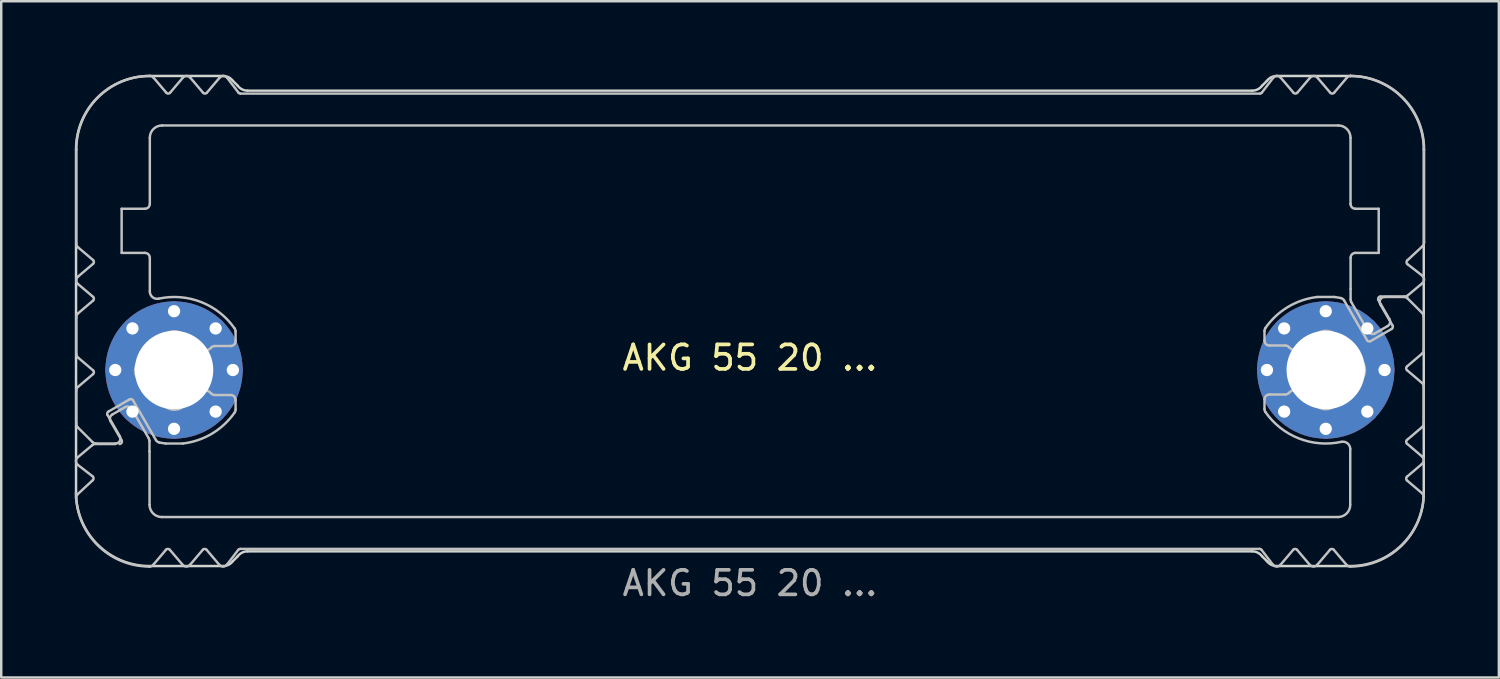
<source format=kicad_pcb>
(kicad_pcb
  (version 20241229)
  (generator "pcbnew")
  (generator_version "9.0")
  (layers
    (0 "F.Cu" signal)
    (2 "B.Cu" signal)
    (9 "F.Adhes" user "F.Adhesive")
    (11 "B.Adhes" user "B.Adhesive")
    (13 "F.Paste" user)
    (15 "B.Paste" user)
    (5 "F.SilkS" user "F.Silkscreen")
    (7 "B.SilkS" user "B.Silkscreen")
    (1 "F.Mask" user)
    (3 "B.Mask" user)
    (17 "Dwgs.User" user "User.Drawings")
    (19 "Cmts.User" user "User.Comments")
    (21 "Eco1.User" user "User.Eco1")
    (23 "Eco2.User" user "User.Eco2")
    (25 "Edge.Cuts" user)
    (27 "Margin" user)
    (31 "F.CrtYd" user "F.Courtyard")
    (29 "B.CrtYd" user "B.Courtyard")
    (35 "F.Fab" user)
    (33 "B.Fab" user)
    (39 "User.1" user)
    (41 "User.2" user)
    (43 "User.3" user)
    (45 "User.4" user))
  (footprint "AKG 55 20 ..."
    (layer "F.Cu")
    (at 27.553 12.05)
    (property "Reference" "AKG 55 20 ..." (at 0 -0.5 0) (unlocked yes) (layer "F.SilkS") (effects (font (size 1 1) (thickness 0.15))))
    (attr exclude_from_pos_files dnp)
    (fp_poly (pts (xy -24.546 6.7) (xy -24.546 3) (xy -25 3) (xy -26.646 3) (xy -27.446 3.7) (xy -26.646 4.4) (xy -27.446 5.1) (xy -27.446 8) (xy -24.546 8)) (stroke (width 0.1) (type solid)) (fill yes) (layer "B.Mask"))
    (fp_poly (pts (xy -20.9 -11.3) (xy 4 -11.3) (xy 4 -10) (xy -24.5 -10) (xy -24.5 -12) (xy -23.8 -11.2) (xy -23.05 -12) (xy -22.3 -11.2) (xy -21.55 -12)) (stroke (width 0.1) (type solid)) (fill yes) (layer "B.Mask"))
    (fp_poly (pts (xy -20.846 7.3) (xy 0.054 7.3) (xy 0.054 6) (xy -24.446 6) (xy -24.446 8) (xy -23.746 7.2) (xy -22.996 8) (xy -22.246 7.2) (xy -21.496 8)) (stroke (width 0.1) (type solid)) (fill yes) (layer "B.Mask"))
    (fp_poly (pts (xy 20.854 -11.3) (xy 3.954 -11.3) (xy 3.954 -10) (xy 24.454 -10) (xy 24.454 -12) (xy 23.754 -11.2) (xy 23.004 -12) (xy 22.254 -11.2) (xy 21.504 -12)) (stroke (width 0.1) (type solid)) (fill yes) (layer "B.Mask"))
    (fp_poly (pts (xy 20.854 7.3) (xy -0.046 7.3) (xy -0.046 6) (xy 24.454 6) (xy 24.454 8) (xy 23.754 7.2) (xy 23.004 8) (xy 22.254 7.2) (xy 21.504 8)) (stroke (width 0.1) (type solid)) (fill yes) (layer "B.Mask"))
    (fp_poly (pts (xy 24.554 -6.7) (xy 25.654 -6.7) (xy 25.654 -4.7) (xy 24.554 -4.7) (xy 24.5 -3) (xy 26.654 -3) (xy 27.454 -3.7) (xy 26.654 -4.4) (xy 27.454 -5.1) (xy 27.454 -12) (xy 24.554 -12)) (stroke (width 0.1) (type solid)) (fill yes) (layer "B.Mask"))
    (fp_poly (pts (xy 24.554 6.7) (xy 24.554 4.7) (xy 24.554 -3) (xy 26.654 -3) (xy 27.5 -2.3) (xy 27.5 -0.8) (xy 26.654 -0.1) (xy 27.454 0.6) (xy 27.454 2.2) (xy 26.554 2.9) (xy 27.454 3.7) (xy 26.654 4.4) (xy 27.454 5.1) (xy 27.454 8) (xy 24.554 8)) (stroke (width 0.1) (type solid)) (fill yes) (layer "B.Mask"))
    (fp_poly (pts (xy -24.546 -6.7) (xy -25.646 -6.7) (xy -25.646 -4.7) (xy -24.546 -4.7) (xy -24.546 3) (xy -26.8 3) (xy -27.5 2.3) (xy -27.5 0.8) (xy -26.646 0.1) (xy -27.446 -0.6) (xy -27.446 -2.2) (xy -26.546 -2.9) (xy -27.446 -3.7) (xy -26.646 -4.4) (xy -27.446 -5.1) (xy -27.446 -12) (xy -24.546 -12)) (stroke (width 0.1) (type solid)) (fill yes) (layer "B.Mask"))
    (fp_line (start -27.489 -0.66) (end -27.489 -2.16) (stroke (width 0.1) (type solid)) (layer "Dwgs.User"))
    (fp_line (start -27.489 2.197) (end -27.489 0.84) (stroke (width 0.1) (type solid)) (layer "Dwgs.User"))
    (fp_line (start -27.489 -5.171) (end -27.489 -9) (stroke (width 0.1) (type solid)) (layer "Dwgs.User"))
    (fp_line (start -27.439 5.073) (end -26.815 4.493) (stroke (width 0.1) (type solid)) (layer "Dwgs.User"))
    (fp_line (start -27.433 3.563) (end -26.839 3.067) (stroke (width 0.1) (type solid)) (layer "Dwgs.User"))
    (fp_line (start -27.419 -3.812) (end -26.805 -4.334) (stroke (width 0.1) (type solid)) (layer "Dwgs.User"))
    (fp_line (start -27.419 -2.312) (end -26.805 -2.834) (stroke (width 0.1) (type solid)) (layer "Dwgs.User"))
    (fp_line (start -27.419 0.688) (end -26.805 0.166) (stroke (width 0.1) (type solid)) (layer "Dwgs.User"))
    (fp_line (start -26.828 2.941) (end -27.431 2.339) (stroke (width 0.1) (type solid)) (layer "Dwgs.User"))
    (fp_line (start -26.822 4.341) (end -27.425 3.873) (stroke (width 0.1) (type solid)) (layer "Dwgs.User"))
    (fp_line (start -26.805 -4.486) (end -27.419 -5.008) (stroke (width 0.1) (type solid)) (layer "Dwgs.User"))
    (fp_line (start -26.805 -2.986) (end -27.419 -3.508) (stroke (width 0.1) (type solid)) (layer "Dwgs.User"))
    (fp_line (start -26.805 0.014) (end -27.419 -0.508) (stroke (width 0.1) (type solid)) (layer "Dwgs.User"))
    (fp_line (start -26.216 1.834) (end -25.716 2.7) (stroke (width 0.1) (type solid)) (layer "Dwgs.User"))
    (fp_line (start -26.018 1.815) (end -25.683 1.622) (stroke (width 0.1) (type solid)) (layer "Dwgs.User"))
    (fp_line (start -25.889 3) (end -26.686 3) (stroke (width 0.1) (type solid)) (layer "Dwgs.User"))
    (fp_line (start -25.889 3.02) (end -26.686 3.02) (stroke (width 0.1) (type solid)) (layer "Dwgs.User"))
    (fp_line (start -25.683 1.622) (end -25.499 1.515) (stroke (width 0.1) (type solid)) (layer "Dwgs.User"))
    (fp_line (start -25.64 2.87) (end -26.092 2.088) (stroke (width 0.1) (type solid)) (layer "Dwgs.User"))
    (fp_line (start -25.639 -6.58) (end -25.639 -4.78) (stroke (width 0.1) (type solid)) (layer "Dwgs.User"))
    (fp_line (start -25.639 -4.78) (end -24.689 -4.78) (stroke (width 0.1) (type solid)) (layer "Dwgs.User"))
    (fp_line (start -25.313 1.197) (end -26.179 1.697) (stroke (width 0.1) (type solid)) (layer "Dwgs.User"))
    (fp_line (start -25.225 1.588) (end -24.53 2.793) (stroke (width 0.1) (type solid)) (layer "Dwgs.User"))
    (fp_line (start -24.689 -6.58) (end -25.639 -6.58) (stroke (width 0.1) (type solid)) (layer "Dwgs.User"))
    (fp_line (start -24.503 2.893) (end -24.503 3.32) (stroke (width 0.1) (type solid)) (layer "Dwgs.User"))
    (fp_line (start -24.502 8.02) (end -24.502 8.02) (stroke (width 0.1) (type solid)) (layer "Dwgs.User"))
    (fp_line (start -24.501 8.02) (end -24.502 8.02) (stroke (width 0.1) (type solid)) (layer "Dwgs.User"))
    (fp_line (start -24.5 3.32) (end -24.5 5.5) (stroke (width 0.1) (type solid)) (layer "Dwgs.User"))
    (fp_line (start -24.489 -9.48) (end -24.489 -6.78) (stroke (width 0.1) (type solid)) (layer "Dwgs.User"))
    (fp_line (start -24.489 -4.58) (end -24.489 -3.205) (stroke (width 0.1) (type solid)) (layer "Dwgs.User"))
    (fp_line (start -24.336 -11.929) (end -23.815 -11.315) (stroke (width 0.1) (type solid)) (layer "Dwgs.User"))
    (fp_line (start -24.238 2.86) (end -25.177 1.234) (stroke (width 0.1) (type solid)) (layer "Dwgs.User"))
    (fp_line (start -24 6) (end 24 6) (stroke (width 0.1) (type solid)) (layer "Dwgs.User"))
    (fp_line (start -23.829 7.335) (end -24.349 7.949) (stroke (width 0.1) (type solid)) (layer "Dwgs.User"))
    (fp_line (start -23.663 -11.315) (end -23.142 -11.929) (stroke (width 0.1) (type solid)) (layer "Dwgs.User"))
    (fp_line (start -23.164 7.934) (end -23.674 7.335) (stroke (width 0.1) (type solid)) (layer "Dwgs.User"))
    (fp_line (start -23.143 3) (end -23.835 3) (stroke (width 0.1) (type solid)) (layer "Dwgs.User"))
    (fp_line (start -22.837 -11.929) (end -22.315 -11.315) (stroke (width 0.1) (type solid)) (layer "Dwgs.User"))
    (fp_line (start -22.326 7.335) (end -22.848 7.949) (stroke (width 0.1) (type solid)) (layer "Dwgs.User"))
    (fp_line (start -22.163 -11.315) (end -21.642 -11.929) (stroke (width 0.1) (type solid)) (layer "Dwgs.User"))
    (fp_line (start -21.838 1.02) (end -21.189 1.02) (stroke (width 0.1) (type solid)) (layer "Dwgs.User"))
    (fp_line (start -21.653 7.949) (end -22.174 7.335) (stroke (width 0.1) (type solid)) (layer "Dwgs.User"))
    (fp_line (start -21.33 -11.922) (end -20.869 -11.319) (stroke (width 0.1) (type solid)) (layer "Dwgs.User"))
    (fp_line (start -21.189 -0.98) (end -21.838 -0.98) (stroke (width 0.1) (type solid)) (layer "Dwgs.User"))
    (fp_line (start -20.989 -1.577) (end -20.989 -1.18) (stroke (width 0.1) (type solid)) (layer "Dwgs.User"))
    (fp_line (start -20.989 1.22) (end -20.989 1.617) (stroke (width 0.1) (type solid)) (layer "Dwgs.User"))
    (fp_line (start -20.879 7.339) (end -21.341 7.942) (stroke (width 0.1) (type solid)) (layer "Dwgs.User"))
    (fp_line (start -20.789 -11.28) (end 20.811 -11.28) (stroke (width 0.1) (type solid)) (layer "Dwgs.User"))
    (fp_line (start 20.8 7.3) (end -20.8 7.3) (stroke (width 0.1) (type solid)) (layer "Dwgs.User"))
    (fp_line (start 20.89 -11.319) (end 21.352 -11.922) (stroke (width 0.1) (type solid)) (layer "Dwgs.User"))
    (fp_line (start 21 -1.2) (end 21 -1.597) (stroke (width 0.1) (type solid)) (layer "Dwgs.User"))
    (fp_line (start 21 1.597) (end 21 1.2) (stroke (width 0.1) (type solid)) (layer "Dwgs.User"))
    (fp_line (start 21.2 1) (end 21.849 1) (stroke (width 0.1) (type solid)) (layer "Dwgs.User"))
    (fp_line (start 21.341 7.942) (end 20.879 7.339) (stroke (width 0.1) (type solid)) (layer "Dwgs.User"))
    (fp_line (start 21.663 -11.929) (end 22.185 -11.315) (stroke (width 0.1) (type solid)) (layer "Dwgs.User"))
    (fp_line (start 21.849 -1) (end 21.2 -1) (stroke (width 0.1) (type solid)) (layer "Dwgs.User"))
    (fp_line (start 22.174 7.335) (end 21.652 7.949) (stroke (width 0.1) (type solid)) (layer "Dwgs.User"))
    (fp_line (start 22.337 -11.315) (end 22.858 -11.929) (stroke (width 0.1) (type solid)) (layer "Dwgs.User"))
    (fp_line (start 22.847 7.949) (end 22.326 7.335) (stroke (width 0.1) (type solid)) (layer "Dwgs.User"))
    (fp_line (start 23.154 -2.98) (end 23.846 -2.98) (stroke (width 0.1) (type solid)) (layer "Dwgs.User"))
    (fp_line (start 23.175 -11.914) (end 23.685 -11.315) (stroke (width 0.1) (type solid)) (layer "Dwgs.User"))
    (fp_line (start 23.674 7.335) (end 23.152 7.949) (stroke (width 0.1) (type solid)) (layer "Dwgs.User"))
    (fp_line (start 23.84 -11.315) (end 24.36 -11.929) (stroke (width 0.1) (type solid)) (layer "Dwgs.User"))
    (fp_line (start 24.011 -9.98) (end -23.989 -9.98) (stroke (width 0.1) (type solid)) (layer "Dwgs.User"))
    (fp_line (start 24.249 -2.84) (end 25.188 -1.214) (stroke (width 0.1) (type solid)) (layer "Dwgs.User"))
    (fp_line (start 24.346 7.949) (end 23.826 7.335) (stroke (width 0.1) (type solid)) (layer "Dwgs.User"))
    (fp_line (start 24.499 5.476) (end 24.5 3.225) (stroke (width 0.1) (type solid)) (layer "Dwgs.User"))
    (fp_line (start 24.511 -6.78) (end 24.511 -9.48) (stroke (width 0.1) (type solid)) (layer "Dwgs.User"))
    (fp_line (start 24.512 -12) (end 24.512 -12) (stroke (width 0.1) (type solid)) (layer "Dwgs.User"))
    (fp_line (start 24.512 -12) (end 24.513 -12) (stroke (width 0.1) (type solid)) (layer "Dwgs.User"))
    (fp_line (start 24.514 -3.305) (end 24.514 -4.58) (stroke (width 0.1) (type solid)) (layer "Dwgs.User"))
    (fp_line (start 24.514 -2.873) (end 24.514 -3.3) (stroke (width 0.1) (type solid)) (layer "Dwgs.User"))
    (fp_line (start 24.714 -4.78) (end 25.661 -4.78) (stroke (width 0.1) (type solid)) (layer "Dwgs.User"))
    (fp_line (start 25.236 -1.568) (end 24.541 -2.773) (stroke (width 0.1) (type solid)) (layer "Dwgs.User"))
    (fp_line (start 25.324 -1.177) (end 26.19 -1.677) (stroke (width 0.1) (type solid)) (layer "Dwgs.User"))
    (fp_line (start 25.651 -2.85) (end 26.102 -2.068) (stroke (width 0.1) (type solid)) (layer "Dwgs.User"))
    (fp_line (start 25.661 -6.58) (end 24.711 -6.58) (stroke (width 0.1) (type solid)) (layer "Dwgs.User"))
    (fp_line (start 25.661 -4.78) (end 25.661 -6.58) (stroke (width 0.1) (type solid)) (layer "Dwgs.User"))
    (fp_line (start 25.694 -1.602) (end 25.509 -1.495) (stroke (width 0.1) (type solid)) (layer "Dwgs.User"))
    (fp_line (start 25.9 -2.98) (end 26.697 -2.98) (stroke (width 0.1) (type solid)) (layer "Dwgs.User"))
    (fp_line (start 26.029 -1.795) (end 25.694 -1.602) (stroke (width 0.1) (type solid)) (layer "Dwgs.User"))
    (fp_line (start 26.227 -1.814) (end 25.727 -2.68) (stroke (width 0.1) (type solid)) (layer "Dwgs.User"))
    (fp_line (start 26.721 -3) (end 25.738 -3) (stroke (width 0.1) (type solid)) (layer "Dwgs.User"))
    (fp_line (start 26.815 0.006) (end 27.429 0.528) (stroke (width 0.1) (type solid)) (layer "Dwgs.User"))
    (fp_line (start 26.815 3.006) (end 27.429 3.528) (stroke (width 0.1) (type solid)) (layer "Dwgs.User"))
    (fp_line (start 26.815 4.506) (end 27.429 5.028) (stroke (width 0.1) (type solid)) (layer "Dwgs.User"))
    (fp_line (start 26.832 -4.321) (end 27.436 -3.853) (stroke (width 0.1) (type solid)) (layer "Dwgs.User"))
    (fp_line (start 26.839 -2.921) (end 27.441 -2.319) (stroke (width 0.1) (type solid)) (layer "Dwgs.User"))
    (fp_line (start 27.429 -0.668) (end 26.815 -0.146) (stroke (width 0.1) (type solid)) (layer "Dwgs.User"))
    (fp_line (start 27.429 2.332) (end 26.815 2.854) (stroke (width 0.1) (type solid)) (layer "Dwgs.User"))
    (fp_line (start 27.429 3.832) (end 26.815 4.354) (stroke (width 0.1) (type solid)) (layer "Dwgs.User"))
    (fp_line (start 27.443 -3.543) (end 26.849 -3.047) (stroke (width 0.1) (type solid)) (layer "Dwgs.User"))
    (fp_line (start 27.45 -5.053) (end 26.826 -4.473) (stroke (width 0.1) (type solid)) (layer "Dwgs.User"))
    (fp_line (start 27.5 -2.177) (end 27.5 -0.82) (stroke (width 0.1) (type solid)) (layer "Dwgs.User"))
    (fp_line (start 27.5 0.68) (end 27.5 2.18) (stroke (width 0.1) (type solid)) (layer "Dwgs.User"))
    (fp_line (start 27.513 -9) (end 27.513 -5.215) (stroke (width 0.1) (type solid)) (layer "Dwgs.User"))
    (fp_arc (start -27.502425 5.234526) (mid -27.489204 5.146541) (end -27.439097 5.07302) (stroke (width 0.1) (type solid)) (layer "Dwgs.User"))
    (fp_arc (start -27.48919 -2.16003) (mid -27.470691 -2.24403) (end -27.418628 -2.312496) (stroke (width 0.1) (type solid)) (layer "Dwgs.User"))
    (fp_arc (start -27.48919 0.83997) (mid -27.470691 0.75597) (end -27.418628 0.687504) (stroke (width 0.1) (type solid)) (layer "Dwgs.User"))
    (fp_arc (start -27.488629 -9.00003) (mid -26.609776 -11.121528) (end -24.488132 -12.00003) (stroke (width 0.1) (type solid)) (layer "Dwgs.User"))
    (fp_arc (start -27.430611 2.338548) (mid -27.473952 2.273658) (end -27.48919 2.197127) (stroke (width 0.1) (type solid)) (layer "Dwgs.User"))
    (fp_arc (start -27.425493 3.873089) (mid -27.502931 3.719568) (end -27.432586 3.562671) (stroke (width 0.1) (type solid)) (layer "Dwgs.User"))
    (fp_arc (start -27.418628 -5.007564) (mid -27.473021 -5.081251) (end -27.488863 -5.171459) (stroke (width 0.1) (type solid)) (layer "Dwgs.User"))
    (fp_arc (start -27.418628 -3.507564) (mid -27.489188 -3.66003) (end -27.418628 -3.812496) (stroke (width 0.1) (type solid)) (layer "Dwgs.User"))
    (fp_arc (start -27.418628 -0.507564) (mid -27.470694 -0.576029) (end -27.48919 -0.66003) (stroke (width 0.1) (type solid)) (layer "Dwgs.User"))
    (fp_arc (start -26.838662 3.066511) (mid -26.778642 3.031976) (end -26.710439 3.02) (stroke (width 0.1) (type solid)) (layer "Dwgs.User"))
    (fp_arc (start -26.821733 4.340955) (mid -26.783082 4.415538) (end -26.814931 4.493269) (stroke (width 0.1) (type solid)) (layer "Dwgs.User"))
    (fp_arc (start -26.804583 -4.486263) (mid -26.769295 -4.41003) (end -26.804583 -4.333797) (stroke (width 0.1) (type solid)) (layer "Dwgs.User"))
    (fp_arc (start -26.804583 -2.986263) (mid -26.769295 -2.91003) (end -26.804583 -2.833797) (stroke (width 0.1) (type solid)) (layer "Dwgs.User"))
    (fp_arc (start -26.804583 0.013737) (mid -26.769295 0.08997) (end -26.804583 0.166203) (stroke (width 0.1) (type solid)) (layer "Dwgs.User"))
    (fp_arc (start -26.686347 2.99997) (mid -26.762877 2.984729) (end -26.827769 2.941391) (stroke (width 0.1) (type solid)) (layer "Dwgs.User"))
    (fp_arc (start -26.215985 1.833944) (mid -26.225952 1.758068) (end -26.179382 1.697342) (stroke (width 0.1) (type solid)) (layer "Dwgs.User"))
    (fp_arc (start -26.091508 2.088373) (mid -26.111462 1.936616) (end -26.018303 1.815168) (stroke (width 0.1) (type solid)) (layer "Dwgs.User"))
    (fp_arc (start -25.715985 2.69997) (mid -25.715978 2.899974) (end -25.88919 2.99997) (stroke (width 0.1) (type solid)) (layer "Dwgs.User"))
    (fp_arc (start -25.640235 2.87) (mid -25.640227 2.970005) (end -25.726838 3.02) (stroke (width 0.1) (type solid)) (layer "Dwgs.User"))
    (fp_arc (start -25.498688 1.515168) (mid -25.346926 1.495196) (end -25.225483 1.588373) (stroke (width 0.1) (type solid)) (layer "Dwgs.User"))
    (fp_arc (start -25.313357 1.197342) (mid -25.237484 1.187387) (end -25.176754 1.233944) (stroke (width 0.1) (type solid)) (layer "Dwgs.User"))
    (fp_arc (start -24.68919 -4.78003) (mid -24.547772 -4.721448) (end -24.48919 -4.58003) (stroke (width 0.1) (type solid)) (layer "Dwgs.User"))
    (fp_arc (start -24.65419 -0.556897) (mid -24.408426 -0.899266) (end -24.066057 -1.14503) (stroke (width 0.1) (type solid)) (layer "Dwgs.User"))
    (fp_arc (start -24.65419 0.596836) (mid -25.08919 0.019969) (end -24.65419 -0.556897) (stroke (width 0.1) (type solid)) (layer "Dwgs.User"))
    (fp_arc (start -24.529781 2.793363) (mid -24.509791 2.841597) (end -24.502986 2.893363) (stroke (width 0.1) (type solid)) (layer "Dwgs.User"))
    (fp_arc (start -24.501929 8.02) (mid -26.623553 7.141478) (end -27.502425 5.02) (stroke (width 0.1) (type solid)) (layer "Dwgs.User"))
    (fp_arc (start -24.48919 -9.48003) (mid -24.342738 -9.833578) (end -23.98919 -9.98003) (stroke (width 0.1) (type solid)) (layer "Dwgs.User"))
    (fp_arc (start -24.48919 -6.78003) (mid -24.547762 -6.638602) (end -24.68919 -6.58003) (stroke (width 0.1) (type solid)) (layer "Dwgs.User"))
    (fp_arc (start -24.488132 -12.00003) (mid -24.404059 -11.98147) (end -24.335563 -11.929306) (stroke (width 0.1) (type solid)) (layer "Dwgs.User"))
    (fp_arc (start -24.349186 7.949276) (mid -24.417402 8.00133) (end -24.501155 8.019999) (stroke (width 0.1) (type solid)) (layer "Dwgs.User"))
    (fp_arc (start -24.125554 -2.911761) (mid -24.377487 -2.97138) (end -24.48919 -3.204934) (stroke (width 0.1) (type solid)) (layer "Dwgs.User"))
    (fp_arc (start -24.125554 -2.911761) (mid -22.390142 -2.771458) (end -21.024904 -1.690965) (stroke (width 0.1) (type solid)) (layer "Dwgs.User"))
    (fp_arc (start -24.105732 2.955932) (mid -24.181984 2.922143) (end -24.237834 2.860201) (stroke (width 0.1) (type solid)) (layer "Dwgs.User"))
    (fp_arc (start -24.066057 -1.14503) (mid -23.48919 -1.58003) (end -22.912323 -1.14503) (stroke (width 0.1) (type solid)) (layer "Dwgs.User"))
    (fp_arc (start -24.066057 1.18497) (mid -24.40843 0.939209) (end -24.65419 0.596836) (stroke (width 0.1) (type solid)) (layer "Dwgs.User"))
    (fp_arc (start -24.000043 6) (mid -24.353571 5.853528) (end -24.500043 5.5) (stroke (width 0.1) (type solid)) (layer "Dwgs.User"))
    (fp_arc (start -23.835022 2.99997) (mid -23.970881 2.981048) (end -24.105732 2.955932) (stroke (width 0.1) (type solid)) (layer "Dwgs.User"))
    (fp_arc (start -23.829115 7.335362) (mid -23.751535 7.298294) (end -23.673879 7.335201) (stroke (width 0.1) (type solid)) (layer "Dwgs.User"))
    (fp_arc (start -23.662951 -11.315318) (mid -23.739181 -11.280019) (end -23.815417 -11.315305) (stroke (width 0.1) (type solid)) (layer "Dwgs.User"))
    (fp_arc (start -23.141667 -11.929455) (mid -22.98919 -12.000029) (end -22.836712 -11.929455) (stroke (width 0.1) (type solid)) (layer "Dwgs.User"))
    (fp_arc (start -22.912323 -1.14503) (mid -22.730199 -1.035459) (end -22.568362 -0.897677) (stroke (width 0.1) (type solid)) (layer "Dwgs.User"))
    (fp_arc (start -22.912323 1.18497) (mid -23.48919 1.61997) (end -24.066057 1.18497) (stroke (width 0.1) (type solid)) (layer "Dwgs.User"))
    (fp_arc (start -22.847565 7.949424) (mid -23.009551 8.019737) (end -23.164125 7.934355) (stroke (width 0.1) (type solid)) (layer "Dwgs.User"))
    (fp_arc (start -22.568362 0.937617) (mid -22.730203 1.075392) (end -22.912323 1.18497) (stroke (width 0.1) (type solid)) (layer "Dwgs.User"))
    (fp_arc (start -22.568362 0.937617) (mid -22.274243 0.820096) (end -21.986888 0.953303) (stroke (width 0.1) (type solid)) (layer "Dwgs.User"))
    (fp_arc (start -22.326282 7.335288) (mid -22.250043 7.3) (end -22.173804 7.335288) (stroke (width 0.1) (type solid)) (layer "Dwgs.User"))
    (fp_arc (start -22.162951 -11.315318) (mid -22.23919 -11.28003) (end -22.315429 -11.315318) (stroke (width 0.1) (type solid)) (layer "Dwgs.User"))
    (fp_arc (start -21.986888 -0.913364) (mid -22.274244 -0.780195) (end -22.568362 -0.897677) (stroke (width 0.1) (type solid)) (layer "Dwgs.User"))
    (fp_arc (start -21.986888 -0.913364) (mid -21.919468 -0.962607) (end -21.837817 -0.98003) (stroke (width 0.1) (type solid)) (layer "Dwgs.User"))
    (fp_arc (start -21.837817 1.01997) (mid -21.919464 1.002537) (end -21.986888 0.953303) (stroke (width 0.1) (type solid)) (layer "Dwgs.User"))
    (fp_arc (start -21.641667 -11.929455) (mid -21.484216 -11.999958) (end -21.330466 -11.921713) (stroke (width 0.1) (type solid)) (layer "Dwgs.User"))
    (fp_arc (start -21.341319 7.941683) (mid -21.49507 8.019903) (end -21.652521 7.949424) (stroke (width 0.1) (type solid)) (layer "Dwgs.User"))
    (fp_arc (start -21.18919 1.01997) (mid -21.047772 1.078552) (end -20.98919 1.21997) (stroke (width 0.1) (type solid)) (layer "Dwgs.User"))
    (fp_arc (start -21.024904 -1.690965) (mid -20.998333 -1.636662) (end -20.98919 -1.576902) (stroke (width 0.1) (type solid)) (layer "Dwgs.User"))
    (fp_arc (start -21.024904 1.730904) (mid -21.947492 2.593529) (end -23.143358 2.99997) (stroke (width 0.1) (type solid)) (layer "Dwgs.User"))
    (fp_arc (start -20.98919 -1.18003) (mid -21.047762 -1.038602) (end -21.18919 -0.98003) (stroke (width 0.1) (type solid)) (layer "Dwgs.User"))
    (fp_arc (start -20.98919 1.616842) (mid -20.998317 1.676607) (end -21.024904 1.730904) (stroke (width 0.1) (type solid)) (layer "Dwgs.User"))
    (fp_arc (start -20.879405 7.339159) (mid -20.844298 7.310309) (end -20.800043 7.3) (stroke (width 0.1) (type solid)) (layer "Dwgs.User"))
    (fp_arc (start -20.78919 -11.28003) (mid -20.83344 -11.29035) (end -20.868552 -11.319189) (stroke (width 0.1) (type solid)) (layer "Dwgs.User"))
    (fp_arc (start 20.799957 7.3) (mid 20.844211 7.310324) (end 20.879319 7.339159) (stroke (width 0.1) (type solid)) (layer "Dwgs.User"))
    (fp_arc (start 20.890172 -11.319189) (mid 20.855062 -11.290341) (end 20.81081 -11.28003) (stroke (width 0.1) (type solid)) (layer "Dwgs.User"))
    (fp_arc (start 20.999957 -1.596872) (mid 21.009097 -1.656632) (end 21.035671 -1.710934) (stroke (width 0.1) (type solid)) (layer "Dwgs.User"))
    (fp_arc (start 20.999957 1.2) (mid 21.058514 1.058551) (end 21.199957 1) (stroke (width 0.1) (type solid)) (layer "Dwgs.User"))
    (fp_arc (start 21.035671 -1.710934) (mid 21.958248 -2.573584) (end 23.154125 -2.98) (stroke (width 0.1) (type solid)) (layer "Dwgs.User"))
    (fp_arc (start 21.035671 1.710935) (mid 21.009089 1.656634) (end 20.999957 1.596872) (stroke (width 0.1) (type solid)) (layer "Dwgs.User"))
    (fp_arc (start 21.199957 -1) (mid 21.058543 -1.058592) (end 20.999957 -1.2) (stroke (width 0.1) (type solid)) (layer "Dwgs.User"))
    (fp_arc (start 21.352086 -11.921713) (mid 21.505833 -11.999949) (end 21.663288 -11.929455) (stroke (width 0.1) (type solid)) (layer "Dwgs.User"))
    (fp_arc (start 21.652435 7.949424) (mid 21.495003 8.019876) (end 21.341233 7.941683) (stroke (width 0.1) (type solid)) (layer "Dwgs.User"))
    (fp_arc (start 21.848584 -1) (mid 21.930234 -0.982577) (end 21.997655 -0.933333) (stroke (width 0.1) (type solid)) (layer "Dwgs.User"))
    (fp_arc (start 21.997655 0.933334) (mid 21.930227 0.98255) (end 21.848584 1) (stroke (width 0.1) (type solid)) (layer "Dwgs.User"))
    (fp_arc (start 21.997655 0.933334) (mid 22.285013 0.80015) (end 22.579129 0.917647) (stroke (width 0.1) (type solid)) (layer "Dwgs.User"))
    (fp_arc (start 22.173718 7.335288) (mid 22.249957 7.3) (end 22.326196 7.335288) (stroke (width 0.1) (type solid)) (layer "Dwgs.User"))
    (fp_arc (start 22.337049 -11.315318) (mid 22.26081 -11.28003) (end 22.184571 -11.315318) (stroke (width 0.1) (type solid)) (layer "Dwgs.User"))
    (fp_arc (start 22.579129 -0.917647) (mid 22.285014 -0.800143) (end 21.997655 -0.933333) (stroke (width 0.1) (type solid)) (layer "Dwgs.User"))
    (fp_arc (start 22.579129 -0.917647) (mid 22.740968 -1.055427) (end 22.92309 -1.165) (stroke (width 0.1) (type solid)) (layer "Dwgs.User"))
    (fp_arc (start 22.858333 -11.929455) (mid 23.020316 -11.999785) (end 23.174892 -11.914385) (stroke (width 0.1) (type solid)) (layer "Dwgs.User"))
    (fp_arc (start 22.92309 -1.165) (mid 23.499957 -1.6) (end 24.076824 -1.165) (stroke (width 0.1) (type solid)) (layer "Dwgs.User"))
    (fp_arc (start 22.92309 1.165) (mid 22.740971 1.055422) (end 22.579129 0.917647) (stroke (width 0.1) (type solid)) (layer "Dwgs.User"))
    (fp_arc (start 23.152435 7.949424) (mid 22.999957 8.02) (end 22.847479 7.949424) (stroke (width 0.1) (type solid)) (layer "Dwgs.User"))
    (fp_arc (start 23.673718 7.335288) (mid 23.749965 7.299938) (end 23.826184 7.335275) (stroke (width 0.1) (type solid)) (layer "Dwgs.User"))
    (fp_arc (start 23.839882 -11.315392) (mid 23.762303 -11.278341) (end 23.684646 -11.315231) (stroke (width 0.1) (type solid)) (layer "Dwgs.User"))
    (fp_arc (start 23.845789 -2.98) (mid 23.981648 -2.961076) (end 24.116499 -2.935962) (stroke (width 0.1) (type solid)) (layer "Dwgs.User"))
    (fp_arc (start 24.01081 -9.98003) (mid 24.364368 -9.833582) (end 24.51081 -9.48003) (stroke (width 0.1) (type solid)) (layer "Dwgs.User"))
    (fp_arc (start 24.076824 -1.165) (mid 24.419185 -0.919228) (end 24.664957 -0.576866) (stroke (width 0.1) (type solid)) (layer "Dwgs.User"))
    (fp_arc (start 24.076824 1.165) (mid 23.499957 1.6) (end 22.92309 1.165) (stroke (width 0.1) (type solid)) (layer "Dwgs.User"))
    (fp_arc (start 24.116499 -2.935962) (mid 24.192766 -2.902193) (end 24.248601 -2.840231) (stroke (width 0.1) (type solid)) (layer "Dwgs.User"))
    (fp_arc (start 24.136321 2.93173) (mid 22.400899 2.791453) (end 21.035671 1.710935) (stroke (width 0.1) (type solid)) (layer "Dwgs.User"))
    (fp_arc (start 24.136321 2.93173) (mid 24.388265 2.991331) (end 24.499957 3.224903) (stroke (width 0.1) (type solid)) (layer "Dwgs.User"))
    (fp_arc (start 24.359953 -11.929306) (mid 24.428162 -11.98138) (end 24.511922 -12.000029) (stroke (width 0.1) (type solid)) (layer "Dwgs.User"))
    (fp_arc (start 24.498899 8.02) (mid 24.414823 8.001453) (end 24.34633 7.949276) (stroke (width 0.1) (type solid)) (layer "Dwgs.User"))
    (fp_arc (start 24.499957 5.5) (mid 24.353489 5.853526) (end 23.999957 6) (stroke (width 0.1) (type solid)) (layer "Dwgs.User"))
    (fp_arc (start 24.512696 -12.00003) (mid 26.634342 -11.121531) (end 27.513192 -9.00003) (stroke (width 0.1) (type solid)) (layer "Dwgs.User"))
    (fp_arc (start 24.513753 -4.58003) (mid 24.572345 -4.721413) (end 24.713753 -4.78003) (stroke (width 0.1) (type solid)) (layer "Dwgs.User"))
    (fp_arc (start 24.540548 -2.773393) (mid 24.520561 -2.821628) (end 24.513753 -2.873393) (stroke (width 0.1) (type solid)) (layer "Dwgs.User"))
    (fp_arc (start 24.664957 -0.576866) (mid 25.099999 0) (end 24.664957 0.576867) (stroke (width 0.1) (type solid)) (layer "Dwgs.User"))
    (fp_arc (start 24.664957 0.576867) (mid 24.41919 0.919232) (end 24.076824 1.165) (stroke (width 0.1) (type solid)) (layer "Dwgs.User"))
    (fp_arc (start 24.71081 -6.58003) (mid 24.569393 -6.638607) (end 24.51081 -6.78003) (stroke (width 0.1) (type solid)) (layer "Dwgs.User"))
    (fp_arc (start 25.324124 -1.177372) (mid 25.248234 -1.16737) (end 25.187521 -1.213974) (stroke (width 0.1) (type solid)) (layer "Dwgs.User"))
    (fp_arc (start 25.509455 -1.495198) (mid 25.357708 -1.475259) (end 25.23625 -1.568403) (stroke (width 0.1) (type solid)) (layer "Dwgs.User"))
    (fp_arc (start 25.651002 -2.85003) (mid 25.651021 -2.950003) (end 25.737605 -3.00003) (stroke (width 0.1) (type solid)) (layer "Dwgs.User"))
    (fp_arc (start 25.726752 -2.68) (mid 25.726778 -2.879984) (end 25.899957 -2.98) (stroke (width 0.1) (type solid)) (layer "Dwgs.User"))
    (fp_arc (start 26.102275 -2.068403) (mid 26.122249 -1.916635) (end 26.02907 -1.795198) (stroke (width 0.1) (type solid)) (layer "Dwgs.User"))
    (fp_arc (start 26.226752 -1.813974) (mid 26.23674 -1.738088) (end 26.190149 -1.677372) (stroke (width 0.1) (type solid)) (layer "Dwgs.User"))
    (fp_arc (start 26.697114 -2.98) (mid 26.773651 -2.964775) (end 26.838536 -2.921421) (stroke (width 0.1) (type solid)) (layer "Dwgs.User"))
    (fp_arc (start 26.81535 0.006233) (mid 26.780105 -0.069989) (end 26.81535 -0.146233) (stroke (width 0.1) (type solid)) (layer "Dwgs.User"))
    (fp_arc (start 26.81535 3.006233) (mid 26.780105 2.930011) (end 26.81535 2.853767) (stroke (width 0.1) (type solid)) (layer "Dwgs.User"))
    (fp_arc (start 26.81535 4.506233) (mid 26.780105 4.430011) (end 26.81535 4.353767) (stroke (width 0.1) (type solid)) (layer "Dwgs.User"))
    (fp_arc (start 26.8325 -4.320985) (mid 26.793893 -4.395559) (end 26.825698 -4.473299) (stroke (width 0.1) (type solid)) (layer "Dwgs.User"))
    (fp_arc (start 26.849429 -3.046541) (mid 26.789406 -3.01201) (end 26.721206 -3.00003) (stroke (width 0.1) (type solid)) (layer "Dwgs.User"))
    (fp_arc (start 27.429395 0.527534) (mid 27.481459 0.596) (end 27.499957 0.68) (stroke (width 0.1) (type solid)) (layer "Dwgs.User"))
    (fp_arc (start 27.429395 3.527534) (mid 27.499997 3.680011) (end 27.429395 3.832466) (stroke (width 0.1) (type solid)) (layer "Dwgs.User"))
    (fp_arc (start 27.429395 5.027534) (mid 27.483802 5.101215) (end 27.49963 5.191429) (stroke (width 0.1) (type solid)) (layer "Dwgs.User"))
    (fp_arc (start 27.43626 -3.853119) (mid 27.513743 -3.699588) (end 27.443353 -3.542701) (stroke (width 0.1) (type solid)) (layer "Dwgs.User"))
    (fp_arc (start 27.441378 -2.318578) (mid 27.484717 -2.25369) (end 27.499957 -2.177157) (stroke (width 0.1) (type solid)) (layer "Dwgs.User"))
    (fp_arc (start 27.499396 5.02) (mid 26.620544 7.141499) (end 24.498899 8.02) (stroke (width 0.1) (type solid)) (layer "Dwgs.User"))
    (fp_arc (start 27.499957 -0.82) (mid 27.481475 -0.735987) (end 27.429395 -0.667534) (stroke (width 0.1) (type solid)) (layer "Dwgs.User"))
    (fp_arc (start 27.499957 2.18) (mid 27.481475 2.264013) (end 27.429395 2.332466) (stroke (width 0.1) (type solid)) (layer "Dwgs.User"))
    (fp_arc (start 27.513192 -5.214556) (mid 27.499916 -5.126598) (end 27.449864 -5.05305) (stroke (width 0.1) (type solid)) (layer "Dwgs.User"))
    (fp_rect (start -25.45 -6.48) (end 25.45 -4.88) (stroke (width 0.1) (type solid)) (fill no) (layer "Eco1.User"))
    (fp_line (start -27.5 -9) (end -27.5 5) (stroke (width 0.1) (type solid)) (layer "Edge.Cuts"))
    (fp_line (start -24.5 -12) (end -21.5 -12) (stroke (width 0.1) (type solid)) (layer "Edge.Cuts"))
    (fp_line (start -24.5 8) (end -21.5 8) (stroke (width 0.1) (type solid)) (layer "Edge.Cuts"))
    (fp_line (start -20.9 -11.6) (end -21.1 -11.8) (stroke (width 0.1) (type solid)) (layer "Edge.Cuts"))
    (fp_line (start -20.9 7.6) (end -21.1 7.8) (stroke (width 0.1) (type solid)) (layer "Edge.Cuts"))
    (fp_line (start -20.5 -11.4) (end 20.5 -11.4) (stroke (width 0.1) (type solid)) (layer "Edge.Cuts"))
    (fp_line (start -20.5 7.4) (end 20.5 7.4) (stroke (width 0.1) (type solid)) (layer "Edge.Cuts"))
    (fp_line (start 20.9 -11.6) (end 21.1 -11.8) (stroke (width 0.1) (type solid)) (layer "Edge.Cuts"))
    (fp_line (start 20.9 7.6) (end 21.1 7.8) (stroke (width 0.1) (type solid)) (layer "Edge.Cuts"))
    (fp_line (start 24.5 -12) (end 21.5 -12) (stroke (width 0.1) (type solid)) (layer "Edge.Cuts"))
    (fp_line (start 24.5 8) (end 21.5 8) (stroke (width 0.1) (type solid)) (layer "Edge.Cuts"))
    (fp_line (start 27.5 -9) (end 27.5 5) (stroke (width 0.1) (type solid)) (layer "Edge.Cuts"))
    (fp_arc (start -27.5 -9) (mid -26.62132 -11.12132) (end -24.5 -12) (stroke (width 0.1) (type solid)) (layer "Edge.Cuts"))
    (fp_arc (start -24.5 8) (mid -26.62132 7.12132) (end -27.5 5) (stroke (width 0.1) (type solid)) (layer "Edge.Cuts"))
    (fp_arc (start -21.5 -12) (mid -21.276393 -11.947214) (end -21.1 -11.8) (stroke (width 0.1) (type solid)) (layer "Edge.Cuts"))
    (fp_arc (start -21.1 7.8) (mid -21.276393 7.947214) (end -21.5 8) (stroke (width 0.1) (type solid)) (layer "Edge.Cuts"))
    (fp_arc (start -20.9 7.6) (mid -20.723607 7.452786) (end -20.5 7.4) (stroke (width 0.1) (type solid)) (layer "Edge.Cuts"))
    (fp_arc (start -20.5 -11.4) (mid -20.723607 -11.452786) (end -20.9 -11.6) (stroke (width 0.1) (type solid)) (layer "Edge.Cuts"))
    (fp_arc (start 20.5 7.4) (mid 20.723607 7.452786) (end 20.9 7.6) (stroke (width 0.1) (type solid)) (layer "Edge.Cuts"))
    (fp_arc (start 20.9 -11.6) (mid 20.723607 -11.452786) (end 20.5 -11.4) (stroke (width 0.1) (type solid)) (layer "Edge.Cuts"))
    (fp_arc (start 21.1 -11.8) (mid 21.276393 -11.947214) (end 21.5 -12) (stroke (width 0.1) (type solid)) (layer "Edge.Cuts"))
    (fp_arc (start 21.5 8) (mid 21.276393 7.947214) (end 21.1 7.8) (stroke (width 0.1) (type solid)) (layer "Edge.Cuts"))
    (fp_arc (start 24.5 -12) (mid 26.62132 -11.12132) (end 27.5 -9) (stroke (width 0.1) (type solid)) (layer "Edge.Cuts"))
    (fp_arc (start 27.5 5) (mid 26.62132 7.12132) (end 24.5 8) (stroke (width 0.1) (type solid)) (layer "Edge.Cuts"))
    (fp_text user "${REFERENCE}" (at 0 8.7 0) (layer "F.Fab") (effects (font (size 1 1) (thickness 0.15))))
    (pad "1" thru_hole circle (at -25.9 0) (size 0.8 0.8) (drill 0.5) (layers "*.Cu" "*.Mask"))
    (pad "1" thru_hole circle (at -25.197 -1.697) (size 0.8 0.8) (drill 0.5) (layers "*.Cu" "*.Mask"))
    (pad "1" thru_hole circle (at -25.197 1.697) (size 0.8 0.8) (drill 0.5) (layers "*.Cu" "*.Mask"))
    (pad "1" thru_hole circle (at -23.5 -2.4) (size 0.8 0.8) (drill 0.5) (layers "*.Cu" "*.Mask"))
    (pad "1" thru_hole circle (at -23.5 0) (size 5.6 5.6) (drill 3.2) (layers "*.Cu" "*.Mask"))
    (pad "1" thru_hole circle (at -23.5 2.4) (size 0.8 0.8) (drill 0.5) (layers "*.Cu" "*.Mask"))
    (pad "1" thru_hole circle (at -21.803 -1.697) (size 0.8 0.8) (drill 0.5) (layers "*.Cu" "*.Mask"))
    (pad "1" thru_hole circle (at -21.803 1.697) (size 0.8 0.8) (drill 0.5) (layers "*.Cu" "*.Mask"))
    (pad "1" thru_hole circle (at -21.1 0) (size 0.8 0.8) (drill 0.5) (layers "*.Cu" "*.Mask"))
    (pad "1" thru_hole circle (at 21.1 0) (size 0.8 0.8) (drill 0.5) (layers "*.Cu" "*.Mask"))
    (pad "1" thru_hole circle (at 21.803 -1.697) (size 0.8 0.8) (drill 0.5) (layers "*.Cu" "*.Mask"))
    (pad "1" thru_hole circle (at 21.803 1.697) (size 0.8 0.8) (drill 0.5) (layers "*.Cu" "*.Mask"))
    (pad "1" thru_hole circle (at 23.5 -2.4) (size 0.8 0.8) (drill 0.5) (layers "*.Cu" "*.Mask"))
    (pad "1" thru_hole circle (at 23.5 0) (size 5.6 5.6) (drill 3.2) (layers "*.Cu" "*.Mask"))
    (pad "1" thru_hole circle (at 23.5 2.4) (size 0.8 0.8) (drill 0.5) (layers "*.Cu" "*.Mask"))
    (pad "1" thru_hole circle (at 25.197 -1.697) (size 0.8 0.8) (drill 0.5) (layers "*.Cu" "*.Mask"))
    (pad "1" thru_hole circle (at 25.197 1.697) (size 0.8 0.8) (drill 0.5) (layers "*.Cu" "*.Mask"))
    (pad "1" thru_hole circle (at 25.9 0) (size 0.8 0.8) (drill 0.5) (layers "*.Cu" "*.Mask")))
  (gr_rect
    (start -3 -3)
    (end 58.117 24.598)
    (stroke (width 0.1) (type default))
    (fill no)
    (layer "Edge.Cuts")))
</source>
